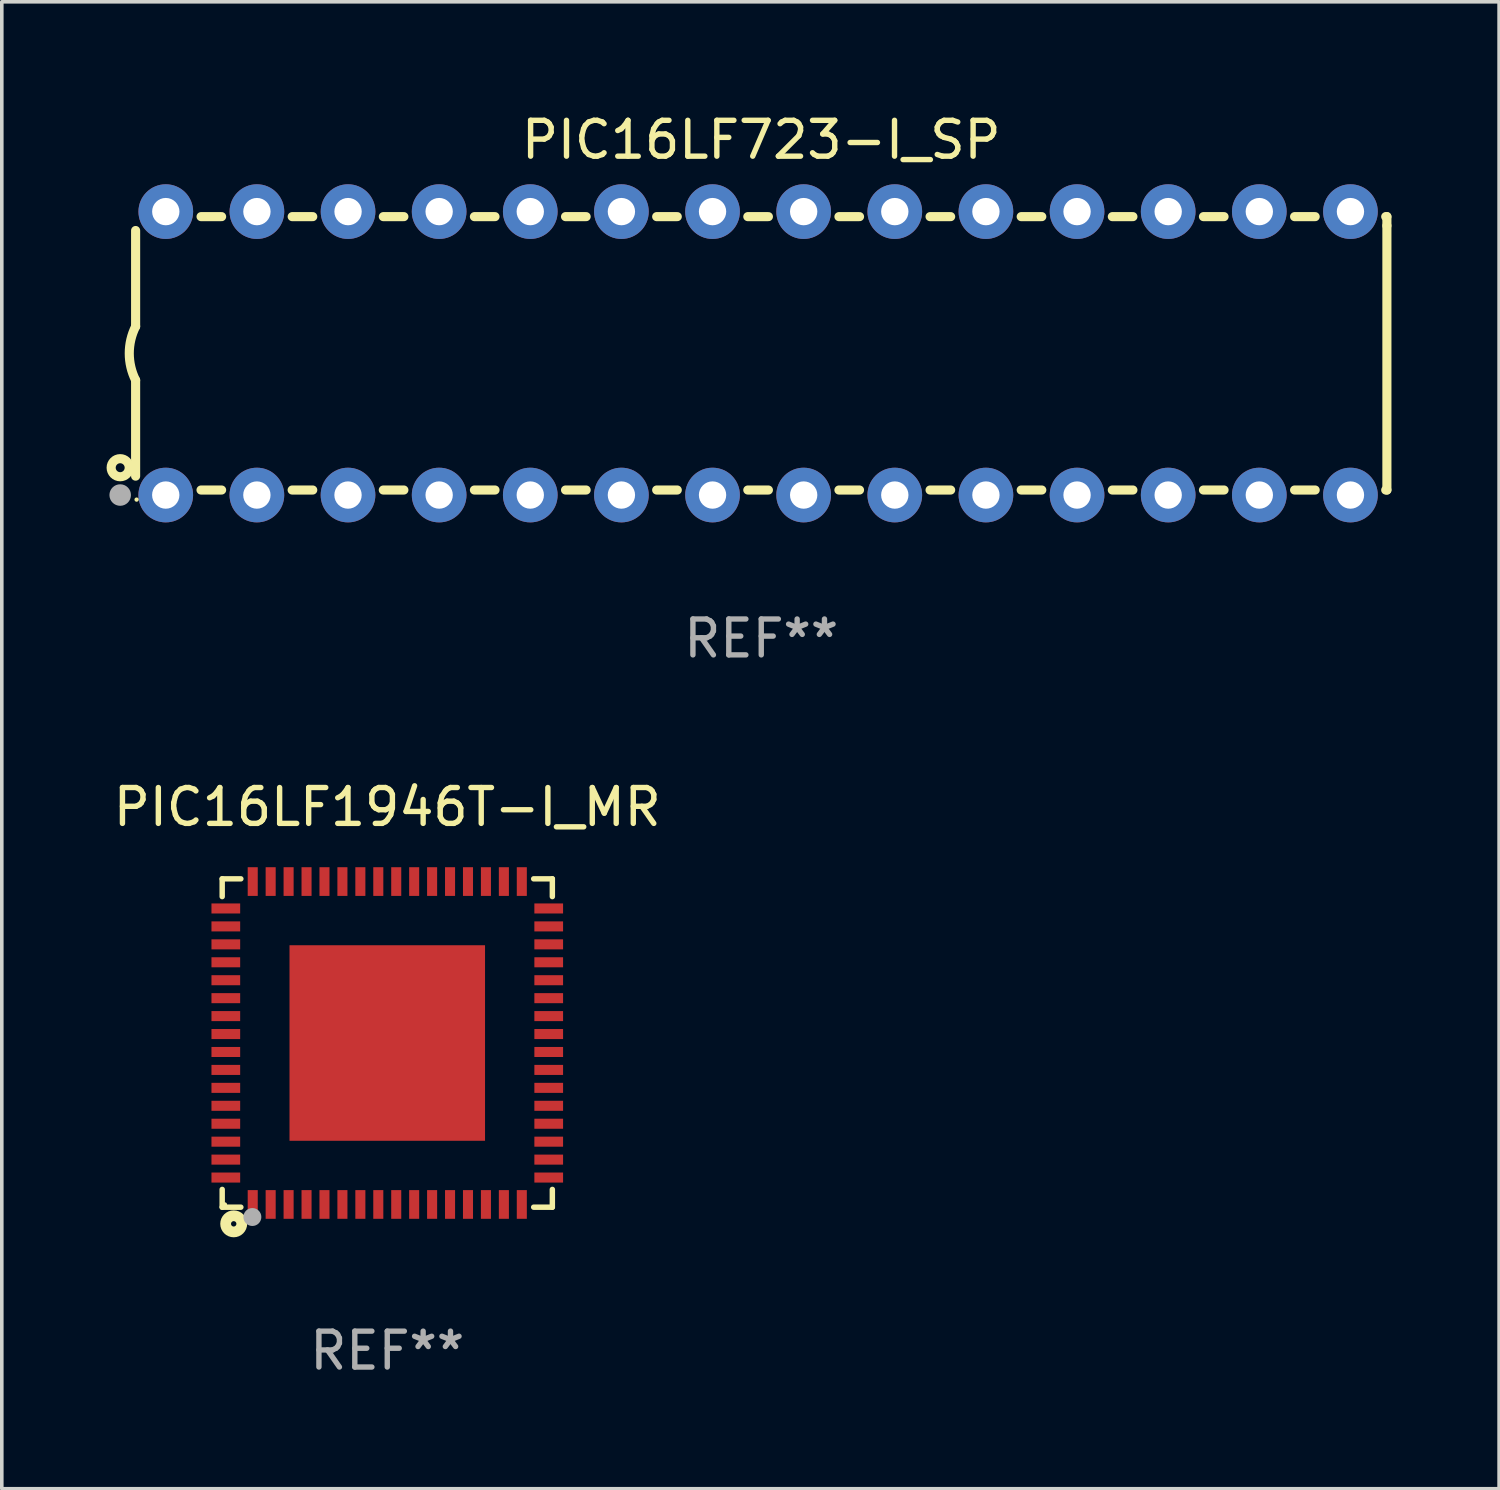
<source format=kicad_pcb>
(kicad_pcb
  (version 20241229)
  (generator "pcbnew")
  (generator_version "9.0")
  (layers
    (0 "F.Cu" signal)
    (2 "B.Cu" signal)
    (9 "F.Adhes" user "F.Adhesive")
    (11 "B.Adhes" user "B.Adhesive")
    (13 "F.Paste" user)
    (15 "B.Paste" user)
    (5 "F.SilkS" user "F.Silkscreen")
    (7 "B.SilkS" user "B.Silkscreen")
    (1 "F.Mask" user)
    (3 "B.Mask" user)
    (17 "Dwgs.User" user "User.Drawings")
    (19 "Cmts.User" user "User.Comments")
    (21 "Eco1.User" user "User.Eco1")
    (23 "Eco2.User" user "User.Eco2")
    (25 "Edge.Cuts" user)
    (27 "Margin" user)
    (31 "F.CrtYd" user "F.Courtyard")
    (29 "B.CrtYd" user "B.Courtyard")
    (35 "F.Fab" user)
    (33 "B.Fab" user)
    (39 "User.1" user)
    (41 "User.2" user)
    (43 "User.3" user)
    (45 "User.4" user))
  (footprint "PIC16LF1946T-I_MR"
    (layer "F.Cu")
    (at 7.744 26.021)
    (property "Reference" "PIC16LF1946T-I_MR" (at 0 -6.576 0) (layer "F.SilkS") (effects (font (size 1 1) (thickness 0.15))))
    (attr through_hole)
    (fp_line (start -4.601 -4.576) (end -4.081 -4.576) (stroke (width 0.152) (type solid)) (layer "F.SilkS"))
    (fp_line (start -4.601 -4.081) (end -4.601 -4.576) (stroke (width 0.152) (type solid)) (layer "F.SilkS"))
    (fp_line (start -4.601 4.081) (end -4.601 4.576) (stroke (width 0.152) (type solid)) (layer "F.SilkS"))
    (fp_line (start -4.601 4.576) (end -4.081 4.576) (stroke (width 0.152) (type solid)) (layer "F.SilkS"))
    (fp_line (start 4.601 -4.576) (end 4.081 -4.576) (stroke (width 0.152) (type solid)) (layer "F.SilkS"))
    (fp_line (start 4.601 -4.081) (end 4.601 -4.576) (stroke (width 0.152) (type solid)) (layer "F.SilkS"))
    (fp_line (start 4.601 4.081) (end 4.601 4.576) (stroke (width 0.152) (type solid)) (layer "F.SilkS"))
    (fp_line (start 4.601 4.576) (end 4.081 4.576) (stroke (width 0.152) (type solid)) (layer "F.SilkS"))
    (fp_circle (center -4.525 4.5) (end -4.495 4.5) (stroke (width 0.06) (type solid)) (fill no) (layer "F.SilkS"))
    (fp_circle (center -4.28 5.04) (end -4.205 5.04) (stroke (width 0.3) (type solid)) (fill no) (layer "F.SilkS"))
    (fp_circle (center -3.76 4.85) (end -3.635 4.85) (stroke (width 0.25) (type solid)) (fill no) (layer "F.Fab"))
    (fp_text user "REF**" (at 0 8.576 0) (layer "F.Fab") (effects (font (size 1 1) (thickness 0.15))))
    (pad "1" smd rect (at -3.75 4.5) (size 0.28 0.8) (layers "F.Cu" "F.Mask" "F.Paste"))
    (pad "2" smd rect (at -3.25 4.5) (size 0.28 0.8) (layers "F.Cu" "F.Mask" "F.Paste"))
    (pad "3" smd rect (at -2.75 4.5) (size 0.28 0.8) (layers "F.Cu" "F.Mask" "F.Paste"))
    (pad "4" smd rect (at -2.25 4.5) (size 0.28 0.8) (layers "F.Cu" "F.Mask" "F.Paste"))
    (pad "5" smd rect (at -1.75 4.5) (size 0.28 0.8) (layers "F.Cu" "F.Mask" "F.Paste"))
    (pad "6" smd rect (at -1.25 4.5) (size 0.28 0.8) (layers "F.Cu" "F.Mask" "F.Paste"))
    (pad "7" smd rect (at -0.75 4.5) (size 0.28 0.8) (layers "F.Cu" "F.Mask" "F.Paste"))
    (pad "8" smd rect (at -0.25 4.5) (size 0.28 0.8) (layers "F.Cu" "F.Mask" "F.Paste"))
    (pad "9" smd rect (at 0.25 4.5) (size 0.28 0.8) (layers "F.Cu" "F.Mask" "F.Paste"))
    (pad "10" smd rect (at 0.75 4.5) (size 0.28 0.8) (layers "F.Cu" "F.Mask" "F.Paste"))
    (pad "11" smd rect (at 1.25 4.5) (size 0.28 0.8) (layers "F.Cu" "F.Mask" "F.Paste"))
    (pad "12" smd rect (at 1.75 4.5) (size 0.28 0.8) (layers "F.Cu" "F.Mask" "F.Paste"))
    (pad "13" smd rect (at 2.25 4.5) (size 0.28 0.8) (layers "F.Cu" "F.Mask" "F.Paste"))
    (pad "14" smd rect (at 2.75 4.5) (size 0.28 0.8) (layers "F.Cu" "F.Mask" "F.Paste"))
    (pad "15" smd rect (at 3.25 4.5) (size 0.28 0.8) (layers "F.Cu" "F.Mask" "F.Paste"))
    (pad "16" smd rect (at 3.75 4.5) (size 0.28 0.8) (layers "F.Cu" "F.Mask" "F.Paste"))
    (pad "17" smd rect (at 4.5 3.75) (size 0.8 0.28) (layers "F.Cu" "F.Mask" "F.Paste"))
    (pad "18" smd rect (at 4.5 3.25) (size 0.8 0.28) (layers "F.Cu" "F.Mask" "F.Paste"))
    (pad "19" smd rect (at 4.5 2.75) (size 0.8 0.28) (layers "F.Cu" "F.Mask" "F.Paste"))
    (pad "20" smd rect (at 4.5 2.25) (size 0.8 0.28) (layers "F.Cu" "F.Mask" "F.Paste"))
    (pad "21" smd rect (at 4.5 1.75) (size 0.8 0.28) (layers "F.Cu" "F.Mask" "F.Paste"))
    (pad "22" smd rect (at 4.5 1.25) (size 0.8 0.28) (layers "F.Cu" "F.Mask" "F.Paste"))
    (pad "23" smd rect (at 4.5 0.75) (size 0.8 0.28) (layers "F.Cu" "F.Mask" "F.Paste"))
    (pad "24" smd rect (at 4.5 0.25) (size 0.8 0.28) (layers "F.Cu" "F.Mask" "F.Paste"))
    (pad "25" smd rect (at 4.5 -0.25) (size 0.8 0.28) (layers "F.Cu" "F.Mask" "F.Paste"))
    (pad "26" smd rect (at 4.5 -0.75) (size 0.8 0.28) (layers "F.Cu" "F.Mask" "F.Paste"))
    (pad "27" smd rect (at 4.5 -1.25) (size 0.8 0.28) (layers "F.Cu" "F.Mask" "F.Paste"))
    (pad "28" smd rect (at 4.5 -1.75) (size 0.8 0.28) (layers "F.Cu" "F.Mask" "F.Paste"))
    (pad "29" smd rect (at 4.5 -2.25) (size 0.8 0.28) (layers "F.Cu" "F.Mask" "F.Paste"))
    (pad "30" smd rect (at 4.5 -2.75) (size 0.8 0.28) (layers "F.Cu" "F.Mask" "F.Paste"))
    (pad "31" smd rect (at 4.5 -3.25) (size 0.8 0.28) (layers "F.Cu" "F.Mask" "F.Paste"))
    (pad "32" smd rect (at 4.5 -3.75) (size 0.8 0.28) (layers "F.Cu" "F.Mask" "F.Paste"))
    (pad "33" smd rect (at 3.75 -4.5) (size 0.28 0.8) (layers "F.Cu" "F.Mask" "F.Paste"))
    (pad "34" smd rect (at 3.25 -4.5) (size 0.28 0.8) (layers "F.Cu" "F.Mask" "F.Paste"))
    (pad "35" smd rect (at 2.75 -4.5) (size 0.28 0.8) (layers "F.Cu" "F.Mask" "F.Paste"))
    (pad "36" smd rect (at 2.25 -4.5) (size 0.28 0.8) (layers "F.Cu" "F.Mask" "F.Paste"))
    (pad "37" smd rect (at 1.75 -4.5) (size 0.28 0.8) (layers "F.Cu" "F.Mask" "F.Paste"))
    (pad "38" smd rect (at 1.25 -4.5) (size 0.28 0.8) (layers "F.Cu" "F.Mask" "F.Paste"))
    (pad "39" smd rect (at 0.75 -4.5) (size 0.28 0.8) (layers "F.Cu" "F.Mask" "F.Paste"))
    (pad "40" smd rect (at 0.25 -4.5) (size 0.28 0.8) (layers "F.Cu" "F.Mask" "F.Paste"))
    (pad "41" smd rect (at -0.25 -4.5) (size 0.28 0.8) (layers "F.Cu" "F.Mask" "F.Paste"))
    (pad "42" smd rect (at -0.75 -4.5) (size 0.28 0.8) (layers "F.Cu" "F.Mask" "F.Paste"))
    (pad "43" smd rect (at -1.25 -4.5) (size 0.28 0.8) (layers "F.Cu" "F.Mask" "F.Paste"))
    (pad "44" smd rect (at -1.75 -4.5) (size 0.28 0.8) (layers "F.Cu" "F.Mask" "F.Paste"))
    (pad "45" smd rect (at -2.25 -4.5) (size 0.28 0.8) (layers "F.Cu" "F.Mask" "F.Paste"))
    (pad "46" smd rect (at -2.75 -4.5) (size 0.28 0.8) (layers "F.Cu" "F.Mask" "F.Paste"))
    (pad "47" smd rect (at -3.25 -4.5) (size 0.28 0.8) (layers "F.Cu" "F.Mask" "F.Paste"))
    (pad "48" smd rect (at -3.75 -4.5) (size 0.28 0.8) (layers "F.Cu" "F.Mask" "F.Paste"))
    (pad "49" smd rect (at -4.5 -3.75) (size 0.8 0.28) (layers "F.Cu" "F.Mask" "F.Paste"))
    (pad "50" smd rect (at -4.5 -3.25) (size 0.8 0.28) (layers "F.Cu" "F.Mask" "F.Paste"))
    (pad "51" smd rect (at -4.5 -2.75) (size 0.8 0.28) (layers "F.Cu" "F.Mask" "F.Paste"))
    (pad "52" smd rect (at -4.5 -2.25) (size 0.8 0.28) (layers "F.Cu" "F.Mask" "F.Paste"))
    (pad "53" smd rect (at -4.5 -1.75) (size 0.8 0.28) (layers "F.Cu" "F.Mask" "F.Paste"))
    (pad "54" smd rect (at -4.5 -1.25) (size 0.8 0.28) (layers "F.Cu" "F.Mask" "F.Paste"))
    (pad "55" smd rect (at -4.5 -0.75) (size 0.8 0.28) (layers "F.Cu" "F.Mask" "F.Paste"))
    (pad "56" smd rect (at -4.5 -0.25) (size 0.8 0.28) (layers "F.Cu" "F.Mask" "F.Paste"))
    (pad "57" smd rect (at -4.5 0.25) (size 0.8 0.28) (layers "F.Cu" "F.Mask" "F.Paste"))
    (pad "58" smd rect (at -4.5 0.75) (size 0.8 0.28) (layers "F.Cu" "F.Mask" "F.Paste"))
    (pad "59" smd rect (at -4.5 1.25) (size 0.8 0.28) (layers "F.Cu" "F.Mask" "F.Paste"))
    (pad "60" smd rect (at -4.5 1.75) (size 0.8 0.28) (layers "F.Cu" "F.Mask" "F.Paste"))
    (pad "61" smd rect (at -4.5 2.25) (size 0.8 0.28) (layers "F.Cu" "F.Mask" "F.Paste"))
    (pad "62" smd rect (at -4.5 2.75) (size 0.8 0.28) (layers "F.Cu" "F.Mask" "F.Paste"))
    (pad "63" smd rect (at -4.5 3.25) (size 0.8 0.28) (layers "F.Cu" "F.Mask" "F.Paste"))
    (pad "64" smd rect (at -4.5 3.75) (size 0.8 0.28) (layers "F.Cu" "F.Mask" "F.Paste"))
    (pad "65" smd rect (at 0 0) (size 5.45 5.45) (layers "F.Cu" "F.Mask" "F.Paste")))
  (footprint "PIC16LF723-I_SP"
    (layer "F.Cu")
    (at 18.168 6.798)
    (property "Reference" "PIC16LF723-I_SP" (at 0 -5.95 0) (layer "F.SilkS") (effects (font (size 1 1) (thickness 0.15))))
    (attr through_hole)
    (fp_line (start -17.438 0.75) (end -17.438 3.423) (stroke (width 0.254) (type solid)) (layer "F.SilkS"))
    (fp_line (start -17.438 -3.423) (end -17.438 -0.75) (stroke (width 0.254) (type solid)) (layer "F.SilkS"))
    (fp_line (start -15.615 3.81) (end -15.041 3.81) (stroke (width 0.254) (type solid)) (layer "F.SilkS"))
    (fp_line (start -15.041 -3.81) (end -15.614 -3.81) (stroke (width 0.254) (type solid)) (layer "F.SilkS"))
    (fp_line (start -13.075 3.81) (end -12.501 3.81) (stroke (width 0.254) (type solid)) (layer "F.SilkS"))
    (fp_line (start -12.501 -3.81) (end -13.074 -3.81) (stroke (width 0.254) (type solid)) (layer "F.SilkS"))
    (fp_line (start -10.535 3.81) (end -9.961 3.81) (stroke (width 0.254) (type solid)) (layer "F.SilkS"))
    (fp_line (start -9.961 -3.81) (end -10.534 -3.81) (stroke (width 0.254) (type solid)) (layer "F.SilkS"))
    (fp_line (start -7.995 3.81) (end -7.421 3.81) (stroke (width 0.254) (type solid)) (layer "F.SilkS"))
    (fp_line (start -7.421 -3.81) (end -7.995 -3.81) (stroke (width 0.254) (type solid)) (layer "F.SilkS"))
    (fp_line (start -5.455 3.81) (end -4.881 3.81) (stroke (width 0.254) (type solid)) (layer "F.SilkS"))
    (fp_line (start -4.881 -3.81) (end -5.455 -3.81) (stroke (width 0.254) (type solid)) (layer "F.SilkS"))
    (fp_line (start -2.915 3.81) (end -2.341 3.81) (stroke (width 0.254) (type solid)) (layer "F.SilkS"))
    (fp_line (start -2.341 -3.81) (end -2.915 -3.81) (stroke (width 0.254) (type solid)) (layer "F.SilkS"))
    (fp_line (start -0.375 3.81) (end 0.199 3.81) (stroke (width 0.254) (type solid)) (layer "F.SilkS"))
    (fp_line (start 0.199 -3.81) (end -0.375 -3.81) (stroke (width 0.254) (type solid)) (layer "F.SilkS"))
    (fp_line (start 2.165 3.81) (end 2.739 3.81) (stroke (width 0.254) (type solid)) (layer "F.SilkS"))
    (fp_line (start 2.739 -3.81) (end 2.165 -3.81) (stroke (width 0.254) (type solid)) (layer "F.SilkS"))
    (fp_line (start 4.705 3.81) (end 5.279 3.81) (stroke (width 0.254) (type solid)) (layer "F.SilkS"))
    (fp_line (start 5.279 -3.81) (end 4.705 -3.81) (stroke (width 0.254) (type solid)) (layer "F.SilkS"))
    (fp_line (start 7.245 3.81) (end 7.819 3.81) (stroke (width 0.254) (type solid)) (layer "F.SilkS"))
    (fp_line (start 7.819 -3.81) (end 7.245 -3.81) (stroke (width 0.254) (type solid)) (layer "F.SilkS"))
    (fp_line (start 9.785 3.81) (end 10.359 3.81) (stroke (width 0.254) (type solid)) (layer "F.SilkS"))
    (fp_line (start 10.359 -3.81) (end 9.785 -3.81) (stroke (width 0.254) (type solid)) (layer "F.SilkS"))
    (fp_line (start 12.325 3.81) (end 12.899 3.81) (stroke (width 0.254) (type solid)) (layer "F.SilkS"))
    (fp_line (start 12.899 -3.81) (end 12.325 -3.81) (stroke (width 0.254) (type solid)) (layer "F.SilkS"))
    (fp_line (start 14.865 3.81) (end 15.439 3.81) (stroke (width 0.254) (type solid)) (layer "F.SilkS"))
    (fp_line (start 15.439 -3.81) (end 14.865 -3.81) (stroke (width 0.254) (type solid)) (layer "F.SilkS"))
    (fp_line (start 17.405 3.81) (end 17.438 3.81) (stroke (width 0.254) (type solid)) (layer "F.SilkS"))
    (fp_line (start 17.438 -3.81) (end 17.405 -3.81) (stroke (width 0.254) (type solid)) (layer "F.SilkS"))
    (fp_line (start 17.438 -3.556) (end 17.438 -3.81) (stroke (width 0.254) (type solid)) (layer "F.SilkS"))
    (fp_line (start 17.438 3.81) (end 17.438 -3.556) (stroke (width 0.254) (type solid)) (layer "F.SilkS"))
    (fp_arc (start -17.437986 0.749657) (mid -17.614887 -0.000024) (end -17.437783 -0.749657) (stroke (width 0.254001) (type solid)) (layer "F.SilkS"))
    (fp_circle (center -17.868 3.188) (end -17.743 3.188) (stroke (width 0.254) (type solid)) (fill no) (layer "F.SilkS"))
    (fp_circle (center -17.411 4.077) (end -17.381 4.077) (stroke (width 0.06) (type solid)) (fill no) (layer "F.SilkS"))
    (fp_circle (center -17.868 3.95) (end -17.718 3.95) (stroke (width 0.3) (type solid)) (fill no) (layer "F.Fab"))
    (fp_text user "REF**" (at 0 7.95 0) (layer "F.Fab") (effects (font (size 1 1) (thickness 0.15))))
    (pad "1" thru_hole circle (at -16.598 3.95) (size 1.524 1.524) (drill 0.762) (layers "*.Cu" "*.Mask"))
    (pad "2" thru_hole circle (at -14.058 3.95) (size 1.524 1.524) (drill 0.762) (layers "*.Cu" "*.Mask"))
    (pad "3" thru_hole circle (at -11.518 3.95) (size 1.524 1.524) (drill 0.762) (layers "*.Cu" "*.Mask"))
    (pad "4" thru_hole circle (at -8.978 3.95) (size 1.524 1.524) (drill 0.762) (layers "*.Cu" "*.Mask"))
    (pad "5" thru_hole circle (at -6.438 3.95) (size 1.524 1.524) (drill 0.762) (layers "*.Cu" "*.Mask"))
    (pad "6" thru_hole circle (at -3.898 3.95) (size 1.524 1.524) (drill 0.762) (layers "*.Cu" "*.Mask"))
    (pad "7" thru_hole circle (at -1.358 3.95) (size 1.524 1.524) (drill 0.762) (layers "*.Cu" "*.Mask"))
    (pad "8" thru_hole circle (at 1.182 3.95) (size 1.524 1.524) (drill 0.762) (layers "*.Cu" "*.Mask"))
    (pad "9" thru_hole circle (at 3.722 3.95) (size 1.524 1.524) (drill 0.762) (layers "*.Cu" "*.Mask"))
    (pad "10" thru_hole circle (at 6.262 3.95) (size 1.524 1.524) (drill 0.762) (layers "*.Cu" "*.Mask"))
    (pad "11" thru_hole circle (at 8.802 3.95) (size 1.524 1.524) (drill 0.762) (layers "*.Cu" "*.Mask"))
    (pad "12" thru_hole circle (at 11.342 3.95) (size 1.524 1.524) (drill 0.762) (layers "*.Cu" "*.Mask"))
    (pad "13" thru_hole circle (at 13.882 3.95) (size 1.524 1.524) (drill 0.762) (layers "*.Cu" "*.Mask"))
    (pad "14" thru_hole circle (at 16.422 3.95) (size 1.524 1.524) (drill 0.762) (layers "*.Cu" "*.Mask"))
    (pad "15" thru_hole circle (at 16.422 -3.95) (size 1.524 1.524) (drill 0.762) (layers "*.Cu" "*.Mask"))
    (pad "16" thru_hole circle (at 13.882 -3.95) (size 1.524 1.524) (drill 0.762) (layers "*.Cu" "*.Mask"))
    (pad "17" thru_hole circle (at 11.342 -3.95) (size 1.524 1.524) (drill 0.762) (layers "*.Cu" "*.Mask"))
    (pad "18" thru_hole circle (at 8.802 -3.95) (size 1.524 1.524) (drill 0.762) (layers "*.Cu" "*.Mask"))
    (pad "19" thru_hole circle (at 6.262 -3.95) (size 1.524 1.524) (drill 0.762) (layers "*.Cu" "*.Mask"))
    (pad "20" thru_hole circle (at 3.722 -3.95) (size 1.524 1.524) (drill 0.762) (layers "*.Cu" "*.Mask"))
    (pad "21" thru_hole circle (at 1.182 -3.95) (size 1.524 1.524) (drill 0.762) (layers "*.Cu" "*.Mask"))
    (pad "22" thru_hole circle (at -1.358 -3.95) (size 1.524 1.524) (drill 0.762) (layers "*.Cu" "*.Mask"))
    (pad "23" thru_hole circle (at -3.898 -3.95) (size 1.524 1.524) (drill 0.762) (layers "*.Cu" "*.Mask"))
    (pad "24" thru_hole circle (at -6.438 -3.95) (size 1.524 1.524) (drill 0.762) (layers "*.Cu" "*.Mask"))
    (pad "25" thru_hole circle (at -8.978 -3.95) (size 1.524 1.524) (drill 0.762) (layers "*.Cu" "*.Mask"))
    (pad "26" thru_hole circle (at -11.517 -3.95) (size 1.524 1.524) (drill 0.762) (layers "*.Cu" "*.Mask"))
    (pad "27" thru_hole circle (at -14.057 -3.95) (size 1.524 1.524) (drill 0.762) (layers "*.Cu" "*.Mask"))
    (pad "28" thru_hole circle (at -16.597 -3.95) (size 1.524 1.524) (drill 0.762) (layers "*.Cu" "*.Mask")))
  (gr_rect
    (start -3 -3)
    (end 38.733 38.445)
    (stroke (width 0.1) (type default))
    (fill no)
    (layer "Edge.Cuts")))
</source>
